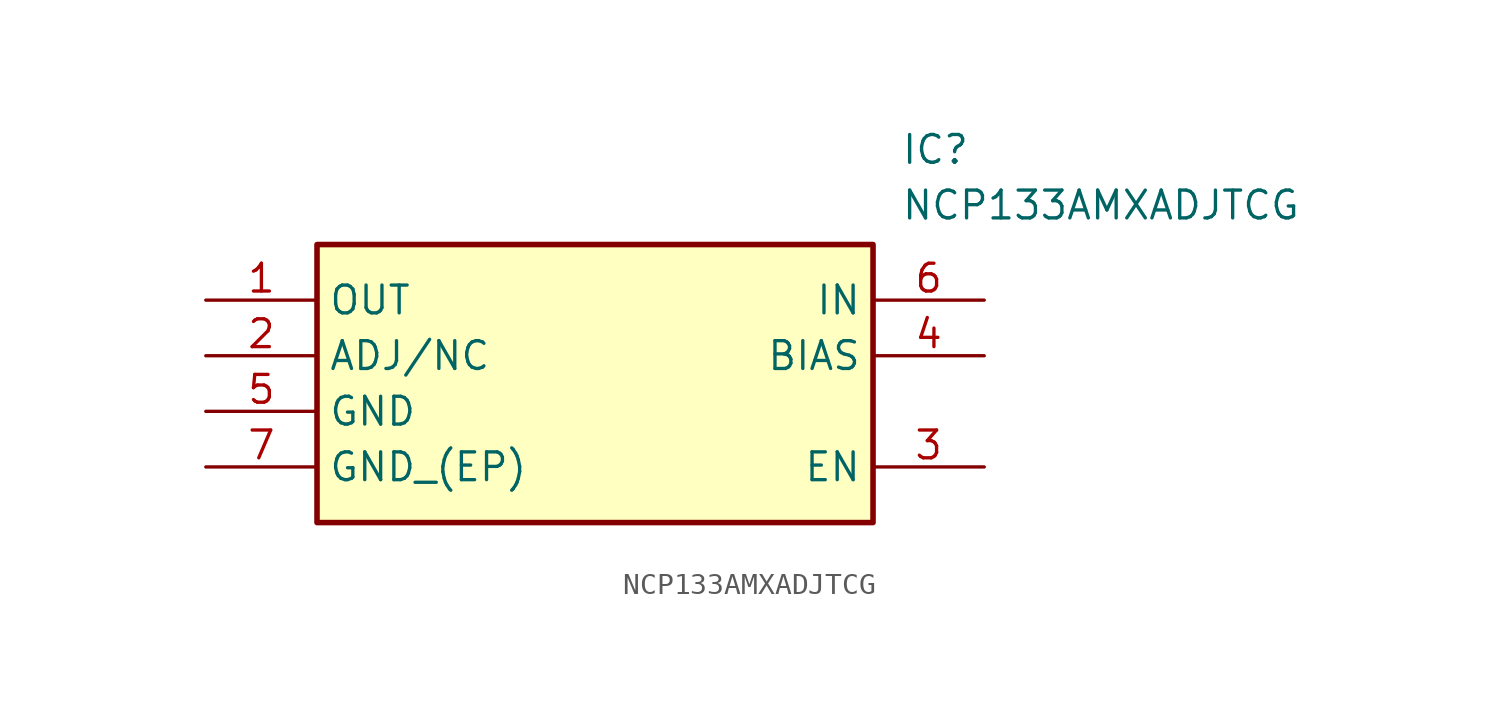
<source format=kicad_sym>
(kicad_symbol_lib
  (version 20231120)
  (generator "kicad_symbol_editor")
  (generator_version "8.0")
  (symbol "NCP133AMXADJTCG"
    (property "Reference" "IC"
      (at 31.75 7.62 0)
      (effects (font (size 1.27 1.27)) (justify left top)))
    (property "Value" "NCP133AMXADJTCG"
      (at 31.75 5.08 0)
      (effects (font (size 1.27 1.27)) (justify left top)))
    (symbol "NCP133AMXADJTCG_1_1"
      (rectangle (start 5.08 2.54) (end 30.48 -10.16) (stroke (width 0.254) (type default)) (fill (type background)))
      (pin power_out line (at 0 0 0) (length 5.08) (name "OUT" (effects (font (size 1.27 1.27)))) (number "1" (effects (font (size 1.27 1.27)))))
      (pin passive line (at 0 -2.54 0) (length 5.08) (name "ADJ/NC" (effects (font (size 1.27 1.27)))) (number "2" (effects (font (size 1.27 1.27)))))
      (pin passive line (at 35.56 -7.62 180) (length 5.08) (name "EN" (effects (font (size 1.27 1.27)))) (number "3" (effects (font (size 1.27 1.27)))))
      (pin passive line (at 35.56 -2.54 180) (length 5.08) (name "BIAS" (effects (font (size 1.27 1.27)))) (number "4" (effects (font (size 1.27 1.27)))))
      (pin power_in line (at 0 -5.08 0) (length 5.08) (name "GND" (effects (font (size 1.27 1.27)))) (number "5" (effects (font (size 1.27 1.27)))))
      (pin input line (at 35.56 0 180) (length 5.08) (name "IN" (effects (font (size 1.27 1.27)))) (number "6" (effects (font (size 1.27 1.27)))))
      (pin power_in line (at 0 -7.62 0) (length 5.08) (name "GND_(EP)" (effects (font (size 1.27 1.27)))) (number "7" (effects (font (size 1.27 1.27))))))))
</source>
